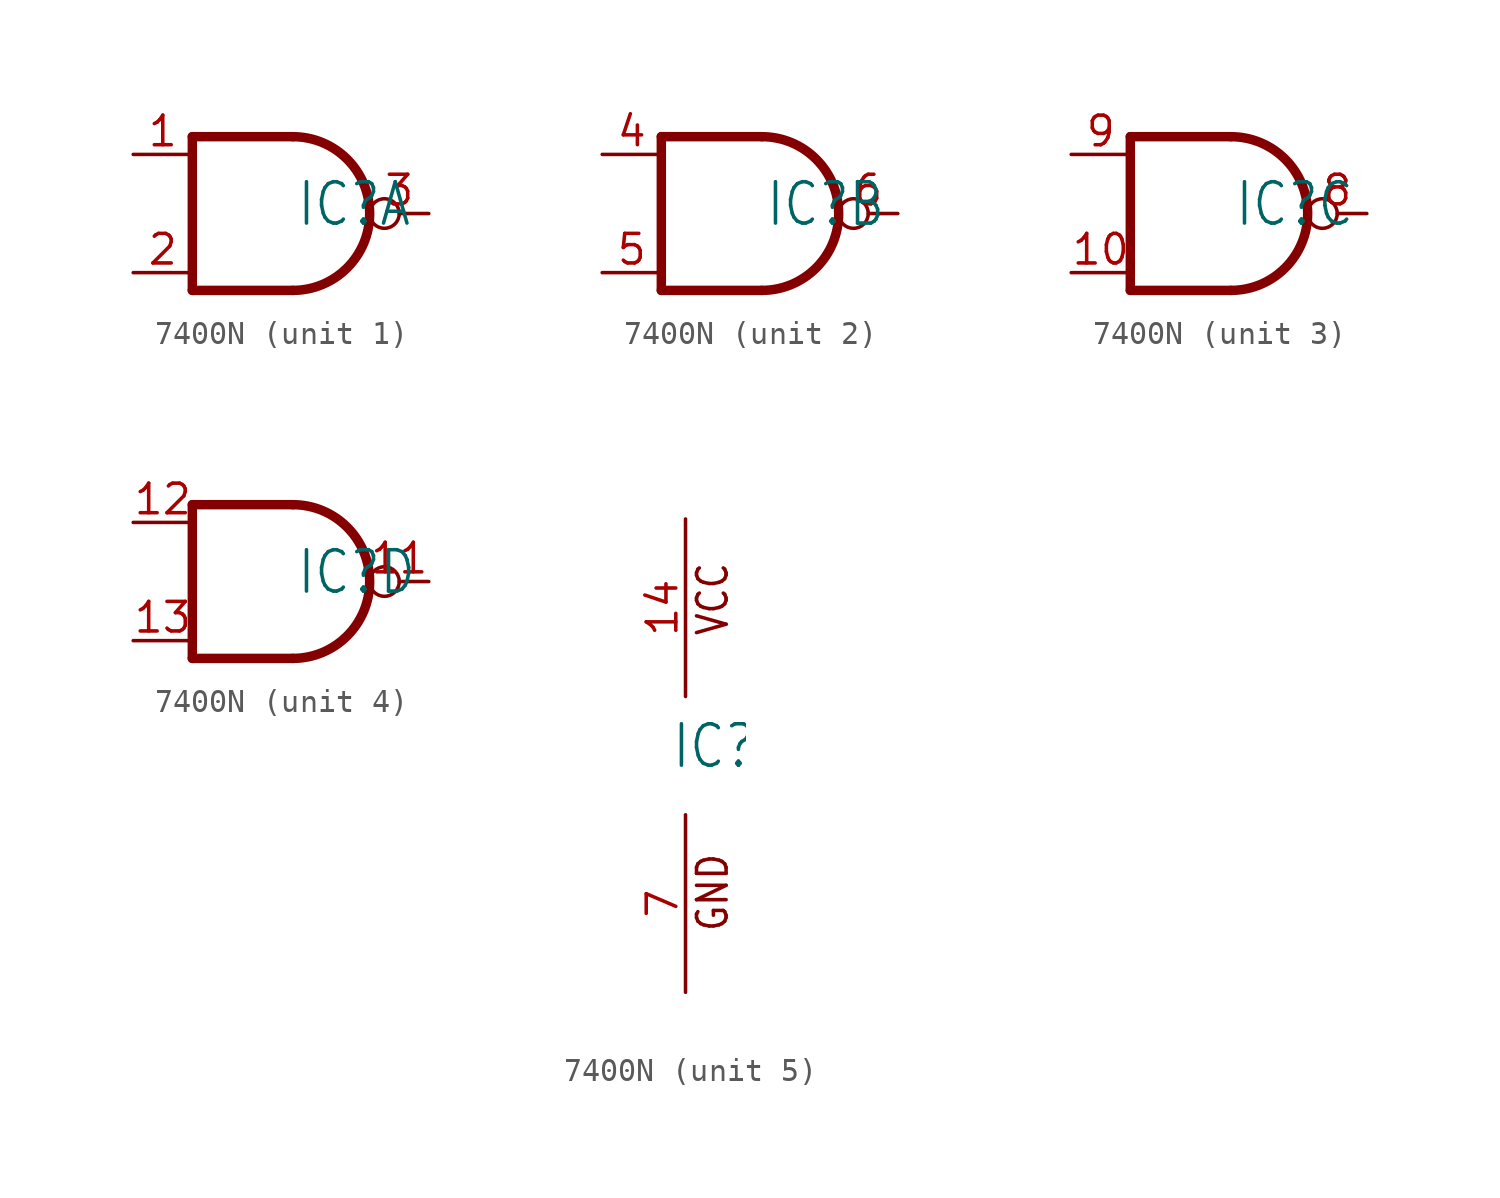
<source format=kicad_sym>
(kicad_symbol_lib
  (version 20211014)
  (generator kicad_symbol_editor)
  (symbol "7400N"
    (property "Reference" "IC"
      (at -0.635 -0.635 0)
      (effects (font (size 1.778 1.511)) (justify left bottom)))
    (property "ki_locked" ""
      (at 0 0 0)
      (effects (font (size 1.27 1.27))))
    (symbol "7400N_1_0"
      (arc (start -0.762 -3.302) (mid 2.54 0) (end -0.762 3.302) (stroke (width 0.4064) (type default) (color 0 0 0 0)) (fill (type none)))
      (polyline (pts (xy -5.08 -3.302) (xy -0.762 -3.302)) (stroke (width 0.406) (type default) (color 0 0 0 0)) (fill (type none)))
      (polyline (pts (xy -5.08 3.302) (xy -5.08 -3.302)) (stroke (width 0.406) (type default) (color 0 0 0 0)) (fill (type none)))
      (polyline (pts (xy -0.762 3.302) (xy -5.08 3.302)) (stroke (width 0.406) (type default) (color 0 0 0 0)) (fill (type none)))
      (pin input line (at -7.62 2.54 0) (length 2.54) (name "I0" (effects (font (size 0 0)))) (number "1" (effects (font (size 1.27 1.27)))))
      (pin input line (at -7.62 -2.54 0) (length 2.54) (name "I1" (effects (font (size 0 0)))) (number "2" (effects (font (size 1.27 1.27)))))
      (pin output inverted (at 5.08 0 180) (length 2.54) (name "O" (effects (font (size 0 0)))) (number "3" (effects (font (size 1.27 1.27))))))
    (symbol "7400N_2_0"
      (arc (start -0.762 -3.302) (mid 2.54 0) (end -0.762 3.302) (stroke (width 0.4064) (type default) (color 0 0 0 0)) (fill (type none)))
      (polyline (pts (xy -5.08 -3.302) (xy -0.762 -3.302)) (stroke (width 0.406) (type default) (color 0 0 0 0)) (fill (type none)))
      (polyline (pts (xy -5.08 3.302) (xy -5.08 -3.302)) (stroke (width 0.406) (type default) (color 0 0 0 0)) (fill (type none)))
      (polyline (pts (xy -0.762 3.302) (xy -5.08 3.302)) (stroke (width 0.406) (type default) (color 0 0 0 0)) (fill (type none)))
      (pin input line (at -7.62 2.54 0) (length 2.54) (name "I0" (effects (font (size 0 0)))) (number "4" (effects (font (size 1.27 1.27)))))
      (pin input line (at -7.62 -2.54 0) (length 2.54) (name "I1" (effects (font (size 0 0)))) (number "5" (effects (font (size 1.27 1.27)))))
      (pin output inverted (at 5.08 0 180) (length 2.54) (name "O" (effects (font (size 0 0)))) (number "6" (effects (font (size 1.27 1.27))))))
    (symbol "7400N_3_0"
      (arc (start -0.762 -3.302) (mid 2.54 0) (end -0.762 3.302) (stroke (width 0.4064) (type default) (color 0 0 0 0)) (fill (type none)))
      (polyline (pts (xy -5.08 -3.302) (xy -0.762 -3.302)) (stroke (width 0.406) (type default) (color 0 0 0 0)) (fill (type none)))
      (polyline (pts (xy -5.08 3.302) (xy -5.08 -3.302)) (stroke (width 0.406) (type default) (color 0 0 0 0)) (fill (type none)))
      (polyline (pts (xy -0.762 3.302) (xy -5.08 3.302)) (stroke (width 0.406) (type default) (color 0 0 0 0)) (fill (type none)))
      (pin input line (at -7.62 -2.54 0) (length 2.54) (name "I1" (effects (font (size 0 0)))) (number "10" (effects (font (size 1.27 1.27)))))
      (pin output inverted (at 5.08 0 180) (length 2.54) (name "O" (effects (font (size 0 0)))) (number "8" (effects (font (size 1.27 1.27)))))
      (pin input line (at -7.62 2.54 0) (length 2.54) (name "I0" (effects (font (size 0 0)))) (number "9" (effects (font (size 1.27 1.27))))))
    (symbol "7400N_4_0"
      (arc (start -0.762 -3.302) (mid 2.54 0) (end -0.762 3.302) (stroke (width 0.4064) (type default) (color 0 0 0 0)) (fill (type none)))
      (polyline (pts (xy -5.08 -3.302) (xy -0.762 -3.302)) (stroke (width 0.406) (type default) (color 0 0 0 0)) (fill (type none)))
      (polyline (pts (xy -5.08 3.302) (xy -5.08 -3.302)) (stroke (width 0.406) (type default) (color 0 0 0 0)) (fill (type none)))
      (polyline (pts (xy -0.762 3.302) (xy -5.08 3.302)) (stroke (width 0.406) (type default) (color 0 0 0 0)) (fill (type none)))
      (pin output inverted (at 5.08 0 180) (length 2.54) (name "O" (effects (font (size 0 0)))) (number "11" (effects (font (size 1.27 1.27)))))
      (pin input line (at -7.62 2.54 0) (length 2.54) (name "I0" (effects (font (size 0 0)))) (number "12" (effects (font (size 1.27 1.27)))))
      (pin input line (at -7.62 -2.54 0) (length 2.54) (name "I1" (effects (font (size 0 0)))) (number "13" (effects (font (size 1.27 1.27))))))
    (symbol "7400N_5_0"
      (text "GND" (at 1.905 -7.62 900) (effects (font (size 1.27 1.079)) (justify left bottom)))
      (text "VCC" (at 1.905 5.08 900) (effects (font (size 1.27 1.079)) (justify left bottom)))
      (pin power_in line (at 0 10.16 270) (length 7.62) (name "VCC" (effects (font (size 0 0)))) (number "14" (effects (font (size 1.27 1.27)))))
      (pin power_in line (at 0 -10.16 90) (length 7.62) (name "GND" (effects (font (size 0 0)))) (number "7" (effects (font (size 1.27 1.27))))))))
</source>
